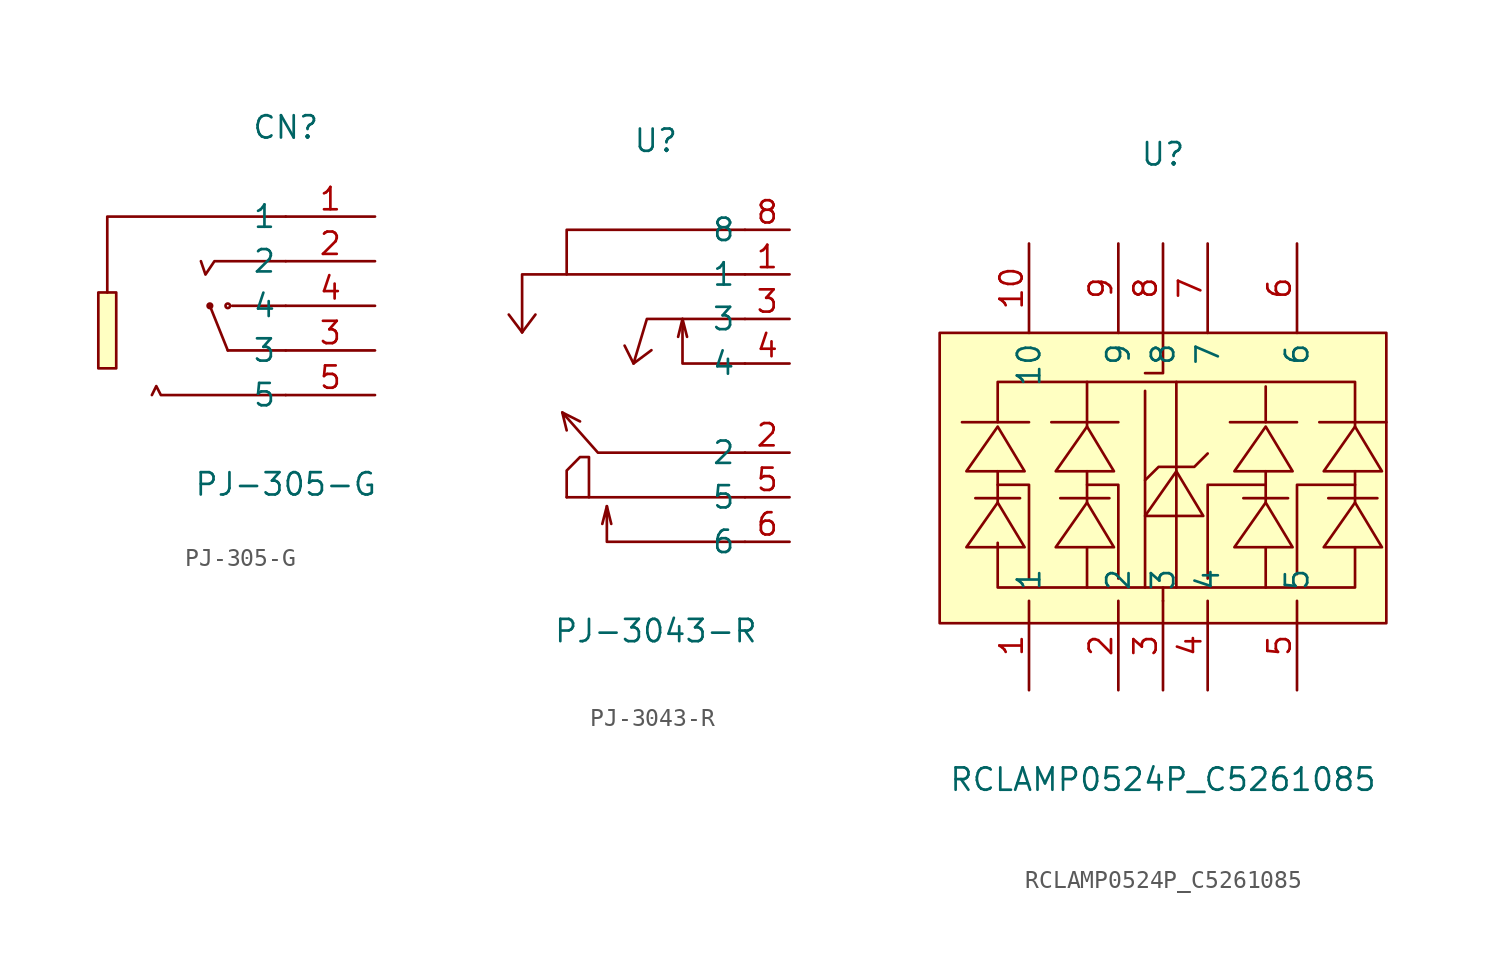
<source format=kicad_sym>
(kicad_symbol_lib
  (version 20241209)
  (generator "kicad_symbol_editor")
  (generator_version "9.0")
  (symbol "PJ-305-G"
    (property "Reference" "CN"
      (at 0 10.16 0)
      (effects (font (size 1.27 1.27))))
    (property "Value" "PJ-305-G"
      (at 0 -10.16 0)
      (effects (font (size 1.27 1.27))))
    (symbol "PJ-305-G_0_1"
      (rectangle (start -10.67 0.76) (end -9.65 -3.56) (stroke (width 0) (type default) (color 0 0 0 0)) (fill (type background)))
      (circle (center -4.32 -0.00) (radius 0.13) (stroke (width 0) (type default) (color 0 0 0 0)) (fill (type none)))
      (circle (center -3.30 -0.00) (radius 0.13) (stroke (width 0) (type default) (color 0 0 0 0)) (fill (type none)))
      (polyline (pts (xy -3.30 -2.54) (xy -4.32 -0.00)) (stroke (width 0) (type default) (color 0 0 0 0)) (fill (type none)))
      (polyline (pts (xy 0.00 -2.54) (xy -3.30 -2.54)) (stroke (width 0) (type default) (color 0 0 0 0)) (fill (type none)))
      (polyline (pts (xy 0.00 -0.00) (xy -3.05 -0.00)) (stroke (width 0) (type default) (color 0 0 0 0)) (fill (type none)))
      (polyline (pts (xy 0.00 -5.08) (xy -7.11 -5.08) (xy -7.37 -4.57) (xy -7.62 -5.08)) (stroke (width 0) (type default) (color 0 0 0 0)) (fill (type none)))
      (polyline (pts (xy 0.00 2.54) (xy -4.06 2.54) (xy -4.57 1.78) (xy -4.83 2.54)) (stroke (width 0) (type default) (color 0 0 0 0)) (fill (type none)))
      (polyline (pts (xy 0.00 5.08) (xy -10.16 5.08) (xy -10.16 0.76) (xy -10.16 0.76) (xy -10.16 0.76)) (stroke (width 0) (type default) (color 0 0 0 0)) (fill (type none)))
      (pin unspecified line (at 5.08 5.08 180) (length 5.08) (name "1" (effects (font (size 1.27 1.27)))) (number "1" (effects (font (size 1.27 1.27)))))
      (pin unspecified line (at 5.08 -0.00 180) (length 5.08) (name "4" (effects (font (size 1.27 1.27)))) (number "4" (effects (font (size 1.27 1.27)))))
      (pin unspecified line (at 5.08 -2.54 180) (length 5.08) (name "3" (effects (font (size 1.27 1.27)))) (number "3" (effects (font (size 1.27 1.27)))))
      (pin unspecified line (at 5.08 2.54 180) (length 5.08) (name "2" (effects (font (size 1.27 1.27)))) (number "2" (effects (font (size 1.27 1.27)))))
      (pin unspecified line (at 5.08 -5.08 180) (length 5.08) (name "5" (effects (font (size 1.27 1.27)))) (number "5" (effects (font (size 1.27 1.27)))))))
  (symbol "PJ-3043-R"
    (property "Reference" "U"
      (at 0 15.24 0)
      (effects (font (size 1.27 1.27))))
    (property "Value" "PJ-3043-R"
      (at 0 -12.70 0)
      (effects (font (size 1.27 1.27))))
    (symbol "PJ-3043-R_0_1"
      (polyline (pts (xy -5.08 -5.08) (xy -5.08 -3.56) (xy -4.32 -2.79) (xy -3.81 -2.79) (xy -3.81 -5.08)) (stroke (width 0) (type default) (color 0 0 0 0)) (fill (type none)))
      (polyline (pts (xy -2.79 -5.59) (xy -2.54 -6.60)) (stroke (width 0) (type default) (color 0 0 0 0)) (fill (type none)))
      (polyline (pts (xy 5.08 -7.62) (xy -2.79 -7.62) (xy -2.79 -5.59) (xy -3.05 -6.60)) (stroke (width 0) (type default) (color 0 0 0 0)) (fill (type none)))
      (polyline (pts (xy 5.08 -5.08) (xy -4.32 -5.08) (xy -5.08 -5.08)) (stroke (width 0) (type default) (color 0 0 0 0)) (fill (type none)))
      (polyline (pts (xy -5.33 -0.25) (xy -4.32 -0.76)) (stroke (width 0) (type default) (color 0 0 0 0)) (fill (type none)))
      (polyline (pts (xy 5.08 -2.54) (xy -3.30 -2.54) (xy -5.33 -0.25) (xy -5.08 -1.27)) (stroke (width 0) (type default) (color 0 0 0 0)) (fill (type none)))
      (polyline (pts (xy 1.52 5.08) (xy 1.27 4.06)) (stroke (width 0) (type default) (color 0 0 0 0)) (fill (type none)))
      (polyline (pts (xy 5.08 2.54) (xy 1.52 2.54) (xy 1.52 5.08) (xy 1.78 4.06)) (stroke (width 0) (type default) (color 0 0 0 0)) (fill (type none)))
      (polyline (pts (xy -1.27 2.54) (xy -1.78 3.56)) (stroke (width 0) (type default) (color 0 0 0 0)) (fill (type none)))
      (polyline (pts (xy 5.08 5.08) (xy -0.51 5.08) (xy -1.27 2.54) (xy -0.25 3.30)) (stroke (width 0) (type default) (color 0 0 0 0)) (fill (type none)))
      (polyline (pts (xy 5.08 10.16) (xy -5.08 10.16) (xy -5.08 7.62)) (stroke (width 0) (type default) (color 0 0 0 0)) (fill (type none)))
      (polyline (pts (xy -7.62 4.32) (xy -8.38 5.33)) (stroke (width 0) (type default) (color 0 0 0 0)) (fill (type none)))
      (polyline (pts (xy -7.62 4.32) (xy -6.86 5.33)) (stroke (width 0) (type default) (color 0 0 0 0)) (fill (type none)))
      (polyline (pts (xy 5.08 7.62) (xy -7.62 7.62) (xy -7.62 4.32)) (stroke (width 0) (type default) (color 0 0 0 0)) (fill (type none)))
      (pin unspecified line (at 7.62 10.16 180) (length 2.54) (name "8" (effects (font (size 1.27 1.27)))) (number "8" (effects (font (size 1.27 1.27)))))
      (pin unspecified line (at 7.62 -7.62 180) (length 2.54) (name "6" (effects (font (size 1.27 1.27)))) (number "6" (effects (font (size 1.27 1.27)))))
      (pin unspecified line (at 7.62 -5.08 180) (length 2.54) (name "5" (effects (font (size 1.27 1.27)))) (number "5" (effects (font (size 1.27 1.27)))))
      (pin unspecified line (at 7.62 2.54 180) (length 2.54) (name "4" (effects (font (size 1.27 1.27)))) (number "4" (effects (font (size 1.27 1.27)))))
      (pin unspecified line (at 7.62 5.08 180) (length 2.54) (name "3" (effects (font (size 1.27 1.27)))) (number "3" (effects (font (size 1.27 1.27)))))
      (pin unspecified line (at 7.62 -2.54 180) (length 2.54) (name "2" (effects (font (size 1.27 1.27)))) (number "2" (effects (font (size 1.27 1.27)))))
      (pin unspecified line (at 7.62 7.62 180) (length 2.54) (name "1" (effects (font (size 1.27 1.27)))) (number "1" (effects (font (size 1.27 1.27)))))))
  (symbol "RCLAMP0524P_C5261085"
    (property "Reference" "U"
      (at 0 17.78 0)
      (effects (font (size 1.27 1.27))))
    (property "Value" "RCLAMP0524P_C5261085"
      (at 0 -17.78 0)
      (effects (font (size 1.27 1.27))))
    (symbol "RCLAMP0524P_C5261085_0_1"
      (rectangle (start -12.7 7.62) (end 12.7 -8.89) (stroke (width 0) (type default)) (fill (type background)))
      (polyline (pts (xy -9.4 2.54) (xy -9.4 4.83) (xy 10.92 4.83) (xy 10.92 2.29)) (stroke (width 0) (type default)) (fill (type none)))
      (polyline (pts (xy -9.4 -1.02) (xy -7.62 -1.02) (xy -7.62 -6.35)) (stroke (width 0) (type default)) (fill (type none)))
      (polyline (pts (xy -9.4 -2.03) (xy -9.4 -0.25)) (stroke (width 0) (type default)) (fill (type none)))
      (polyline (pts (xy -8.13 -1.78) (xy -10.67 -1.78)) (stroke (width 0) (type default)) (fill (type none)))
      (polyline (pts (xy -7.87 -0.25) (xy -9.4 2.29) (xy -11.18 -0.25) (xy -7.87 -0.25)) (stroke (width 0) (type default)) (fill (type background)))
      (polyline (pts (xy -7.87 -4.57) (xy -9.4 -2.03) (xy -11.18 -4.57) (xy -7.87 -4.57)) (stroke (width 0) (type default)) (fill (type background)))
      (polyline (pts (xy -7.62 2.54) (xy -11.43 2.54)) (stroke (width 0) (type default)) (fill (type none)))
      (polyline (pts (xy -7.62 -6.35)) (stroke (width 0) (type default)) (fill (type background)))
      (polyline (pts (xy -4.32 2.29) (xy -4.32 4.83)) (stroke (width 0) (type default)) (fill (type none)))
      (polyline (pts (xy -4.32 -1.02) (xy -2.54 -1.02) (xy -2.54 -6.35)) (stroke (width 0) (type default)) (fill (type none)))
      (polyline (pts (xy -4.32 -2.03) (xy -4.32 -0.25)) (stroke (width 0) (type default)) (fill (type none)))
      (polyline (pts (xy -4.32 -4.57) (xy -4.32 -6.86)) (stroke (width 0) (type default)) (fill (type none)))
      (polyline (pts (xy -3.05 -1.78) (xy -5.84 -1.78)) (stroke (width 0) (type default)) (fill (type none)))
      (polyline (pts (xy -2.79 -0.25) (xy -4.32 2.29) (xy -6.1 -0.25) (xy -2.79 -0.25)) (stroke (width 0) (type default)) (fill (type background)))
      (polyline (pts (xy -2.79 -4.57) (xy -4.32 -2.03) (xy -6.1 -4.57) (xy -2.79 -4.57)) (stroke (width 0) (type default)) (fill (type background)))
      (polyline (pts (xy -2.54 2.54) (xy -6.35 2.54)) (stroke (width 0) (type default)) (fill (type none)))
      (polyline (pts (xy -2.54 -6.35)) (stroke (width 0) (type default)) (fill (type background)))
      (polyline (pts (xy -1.02 5.33)) (stroke (width 0) (type default)) (fill (type background)))
      (polyline (pts (xy -1.02 4.32) (xy -1.02 -6.86)) (stroke (width 0) (type default)) (fill (type none)))
      (polyline (pts (xy 0 7.62)) (stroke (width 0) (type default)) (fill (type background)))
      (polyline (pts (xy 0 7.62) (xy 0 7.62) (xy 0 5.33) (xy -1.02 5.33)) (stroke (width 0) (type default)) (fill (type none)))
      (polyline (pts (xy 0 -7.62) (xy 0 -6.86)) (stroke (width 0) (type default)) (fill (type none)))
      (polyline (pts (xy 0.76 -6.86) (xy 0.76 4.83)) (stroke (width 0) (type default)) (fill (type none)))
      (polyline (pts (xy 2.29 -2.79) (xy 0.76 -0.25) (xy -1.02 -2.79) (xy 2.29 -2.79)) (stroke (width 0) (type default)) (fill (type background)))
      (polyline (pts (xy 2.54 0.76) (xy 1.78 0) (xy -0.25 0) (xy -1.02 -0.76)) (stroke (width 0) (type default)) (fill (type none)))
      (polyline (pts (xy 2.54 -6.35)) (stroke (width 0) (type default)) (fill (type background)))
      (polyline (pts (xy 5.84 2.54) (xy 5.84 4.57)) (stroke (width 0) (type default)) (fill (type none)))
      (polyline (pts (xy 5.84 -1.02) (xy 2.54 -1.02) (xy 2.54 -6.35)) (stroke (width 0) (type default)) (fill (type none)))
      (polyline (pts (xy 5.84 -2.03) (xy 5.84 -0.25)) (stroke (width 0) (type default)) (fill (type none)))
      (polyline (pts (xy 5.84 -4.57) (xy 5.84 -6.86)) (stroke (width 0) (type default)) (fill (type none)))
      (polyline (pts (xy 7.11 -1.78) (xy 4.57 -1.78)) (stroke (width 0) (type default)) (fill (type none)))
      (polyline (pts (xy 7.37 -0.25) (xy 5.84 2.29) (xy 4.06 -0.25) (xy 7.37 -0.25)) (stroke (width 0) (type default)) (fill (type background)))
      (polyline (pts (xy 7.37 -4.57) (xy 5.84 -2.03) (xy 4.06 -4.57) (xy 7.37 -4.57)) (stroke (width 0) (type default)) (fill (type background)))
      (polyline (pts (xy 7.62 2.54) (xy 3.81 2.54)) (stroke (width 0) (type default)) (fill (type none)))
      (polyline (pts (xy 7.62 -6.1)) (stroke (width 0) (type default)) (fill (type background)))
      (polyline (pts (xy 10.92 -1.02) (xy 7.62 -1.02) (xy 7.62 -6.1)) (stroke (width 0) (type default)) (fill (type none)))
      (polyline (pts (xy 10.92 -2.03) (xy 10.92 -0.25)) (stroke (width 0) (type default)) (fill (type none)))
      (polyline (pts (xy 10.92 -4.57) (xy 10.92 -6.86) (xy -9.4 -6.86) (xy -9.4 -4.32)) (stroke (width 0) (type default)) (fill (type none)))
      (polyline (pts (xy 12.19 -1.78) (xy 9.4 -1.78)) (stroke (width 0) (type default)) (fill (type none)))
      (polyline (pts (xy 12.45 -0.25) (xy 10.92 2.29) (xy 9.14 -0.25) (xy 12.45 -0.25)) (stroke (width 0) (type default)) (fill (type background)))
      (polyline (pts (xy 12.45 -4.57) (xy 10.92 -2.03) (xy 9.14 -4.57) (xy 12.45 -4.57)) (stroke (width 0) (type default)) (fill (type background)))
      (polyline (pts (xy 12.7 2.54) (xy 8.89 2.54)) (stroke (width 0) (type default)) (fill (type none)))
      (pin unspecified line (at -7.62 12.7 270) (length 5.08) (name "10" (effects (font (size 1.27 1.27)))) (number "10" (effects (font (size 1.27 1.27)))))
      (pin unspecified line (at -7.62 -12.7 90) (length 5.08) (name "1" (effects (font (size 1.27 1.27)))) (number "1" (effects (font (size 1.27 1.27)))))
      (pin unspecified line (at -2.54 12.7 270) (length 5.08) (name "9" (effects (font (size 1.27 1.27)))) (number "9" (effects (font (size 1.27 1.27)))))
      (pin unspecified line (at -2.54 -12.7 90) (length 5.08) (name "2" (effects (font (size 1.27 1.27)))) (number "2" (effects (font (size 1.27 1.27)))))
      (pin unspecified line (at 0 12.7 270) (length 5.08) (name "8" (effects (font (size 1.27 1.27)))) (number "8" (effects (font (size 1.27 1.27)))))
      (pin unspecified line (at 0 -12.7 90) (length 5.08) (name "3" (effects (font (size 1.27 1.27)))) (number "3" (effects (font (size 1.27 1.27)))))
      (pin unspecified line (at 2.54 12.7 270) (length 5.08) (name "7" (effects (font (size 1.27 1.27)))) (number "7" (effects (font (size 1.27 1.27)))))
      (pin unspecified line (at 2.54 -12.7 90) (length 5.08) (name "4" (effects (font (size 1.27 1.27)))) (number "4" (effects (font (size 1.27 1.27)))))
      (pin unspecified line (at 7.62 12.7 270) (length 5.08) (name "6" (effects (font (size 1.27 1.27)))) (number "6" (effects (font (size 1.27 1.27)))))
      (pin unspecified line (at 7.62 -12.7 90) (length 5.08) (name "5" (effects (font (size 1.27 1.27)))) (number "5" (effects (font (size 1.27 1.27))))))))
</source>
